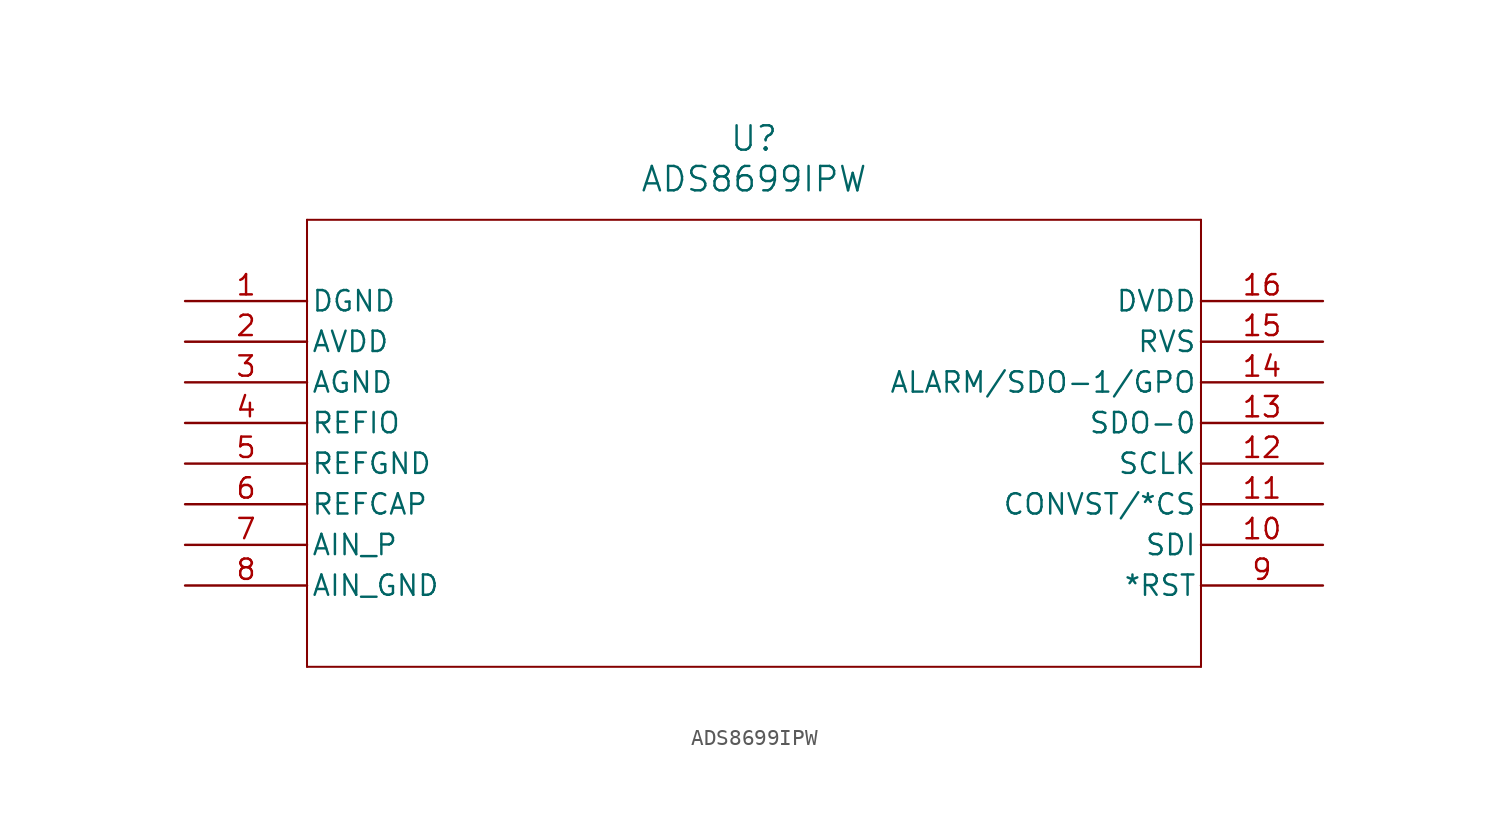
<source format=kicad_sym>
(kicad_symbol_lib
  (version 20211014)
  (generator kicad_symbol_editor)
  (symbol "ADS8699IPW"
    (pin_names
      (offset 0.254))
    (property "Reference" "U"
      (at 35.56 10.16 0)
      (effects (font (size 1.524 1.524))))
    (property "Value" "ADS8699IPW"
      (at 35.56 7.62 0)
      (effects (font (size 1.524 1.524))))
    (symbol "ADS8699IPW_0_1"
      (polyline (pts (xy 7.62 5.08) (xy 7.62 -22.86)) (stroke (width 0.127) (type default) (color 0 0 0 0)) (fill (type none)))
      (polyline (pts (xy 7.62 -22.86) (xy 63.5 -22.86)) (stroke (width 0.127) (type default) (color 0 0 0 0)) (fill (type none)))
      (polyline (pts (xy 63.5 -22.86) (xy 63.5 5.08)) (stroke (width 0.127) (type default) (color 0 0 0 0)) (fill (type none)))
      (polyline (pts (xy 63.5 5.08) (xy 7.62 5.08)) (stroke (width 0.127) (type default) (color 0 0 0 0)) (fill (type none)))
      (pin power_in line (at 0 0 0) (length 7.62) (name "DGND" (effects (font (size 1.27 1.27)))) (number "1" (effects (font (size 1.27 1.27)))))
      (pin power_in line (at 0 -2.54 0) (length 7.62) (name "AVDD" (effects (font (size 1.27 1.27)))) (number "2" (effects (font (size 1.27 1.27)))))
      (pin power_in line (at 0 -5.08 0) (length 7.62) (name "AGND" (effects (font (size 1.27 1.27)))) (number "3" (effects (font (size 1.27 1.27)))))
      (pin bidirectional line (at 0 -7.62 0) (length 7.62) (name "REFIO" (effects (font (size 1.27 1.27)))) (number "4" (effects (font (size 1.27 1.27)))))
      (pin power_in line (at 0 -10.16 0) (length 7.62) (name "REFGND" (effects (font (size 1.27 1.27)))) (number "5" (effects (font (size 1.27 1.27)))))
      (pin output line (at 0 -12.7 0) (length 7.62) (name "REFCAP" (effects (font (size 1.27 1.27)))) (number "6" (effects (font (size 1.27 1.27)))))
      (pin input line (at 0 -15.24 0) (length 7.62) (name "AIN_P" (effects (font (size 1.27 1.27)))) (number "7" (effects (font (size 1.27 1.27)))))
      (pin input line (at 0 -17.78 0) (length 7.62) (name "AIN_GND" (effects (font (size 1.27 1.27)))) (number "8" (effects (font (size 1.27 1.27)))))
      (pin input line (at 71.12 -17.78 180) (length 7.62) (name "*RST" (effects (font (size 1.27 1.27)))) (number "9" (effects (font (size 1.27 1.27)))))
      (pin input line (at 71.12 -15.24 180) (length 7.62) (name "SDI" (effects (font (size 1.27 1.27)))) (number "10" (effects (font (size 1.27 1.27)))))
      (pin input line (at 71.12 -12.7 180) (length 7.62) (name "CONVST/*CS" (effects (font (size 1.27 1.27)))) (number "11" (effects (font (size 1.27 1.27)))))
      (pin input line (at 71.12 -10.16 180) (length 7.62) (name "SCLK" (effects (font (size 1.27 1.27)))) (number "12" (effects (font (size 1.27 1.27)))))
      (pin output line (at 71.12 -7.62 180) (length 7.62) (name "SDO-0" (effects (font (size 1.27 1.27)))) (number "13" (effects (font (size 1.27 1.27)))))
      (pin output line (at 71.12 -5.08 180) (length 7.62) (name "ALARM/SDO-1/GPO" (effects (font (size 1.27 1.27)))) (number "14" (effects (font (size 1.27 1.27)))))
      (pin output line (at 71.12 -2.54 180) (length 7.62) (name "RVS" (effects (font (size 1.27 1.27)))) (number "15" (effects (font (size 1.27 1.27)))))
      (pin power_in line (at 71.12 0 180) (length 7.62) (name "DVDD" (effects (font (size 1.27 1.27)))) (number "16" (effects (font (size 1.27 1.27))))))))
</source>
